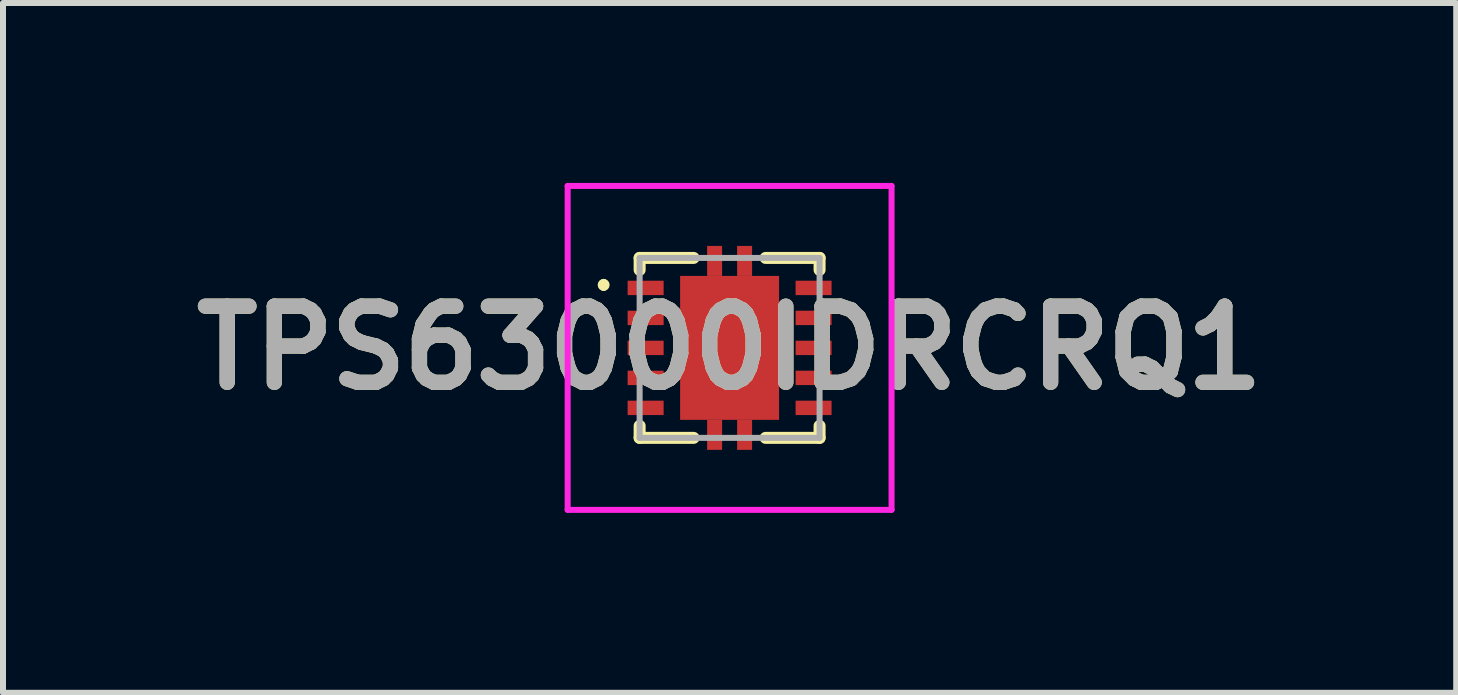
<source format=kicad_pcb>
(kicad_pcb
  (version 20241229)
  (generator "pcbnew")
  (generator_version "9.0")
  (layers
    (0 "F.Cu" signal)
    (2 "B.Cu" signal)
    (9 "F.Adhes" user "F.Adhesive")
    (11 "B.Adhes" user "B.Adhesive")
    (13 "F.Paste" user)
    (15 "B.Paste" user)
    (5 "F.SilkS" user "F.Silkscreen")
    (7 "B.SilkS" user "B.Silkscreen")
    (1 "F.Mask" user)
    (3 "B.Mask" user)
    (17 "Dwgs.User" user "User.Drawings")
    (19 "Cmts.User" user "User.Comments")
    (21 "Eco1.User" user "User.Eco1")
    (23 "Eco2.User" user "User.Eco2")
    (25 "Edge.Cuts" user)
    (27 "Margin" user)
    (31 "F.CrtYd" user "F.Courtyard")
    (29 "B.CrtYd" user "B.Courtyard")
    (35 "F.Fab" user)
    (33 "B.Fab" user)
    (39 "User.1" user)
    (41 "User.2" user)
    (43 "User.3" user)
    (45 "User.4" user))
  (footprint "TPS63000IDRCRQ1"
    (layer "F.Cu")
    (at 9.114 2.75)
    (property "Reference" "TPS63000IDRCRQ1" (at 0 0 0) (layer "F.SilkS") (effects (font (size 1.27 1.27) (thickness 0.254))))
    (attr smd)
    (fp_line (start -2.1 -1.1) (end -2.1 -1.1) (stroke (width 0.1) (type solid)) (layer "F.SilkS"))
    (fp_line (start -2.1 -1) (end -2.1 -1) (stroke (width 0.1) (type solid)) (layer "F.SilkS"))
    (fp_line (start -1.5 -1.5) (end -0.6 -1.5) (stroke (width 0.2) (type solid)) (layer "F.SilkS"))
    (fp_line (start -1.5 -1.3) (end -1.5 -1.5) (stroke (width 0.2) (type solid)) (layer "F.SilkS"))
    (fp_line (start -1.5 1.3) (end -1.5 1.5) (stroke (width 0.2) (type solid)) (layer "F.SilkS"))
    (fp_line (start -1.5 1.5) (end -0.6 1.5) (stroke (width 0.2) (type solid)) (layer "F.SilkS"))
    (fp_line (start 0.6 -1.5) (end 1.5 -1.5) (stroke (width 0.2) (type solid)) (layer "F.SilkS"))
    (fp_line (start 0.6 1.5) (end 1.5 1.5) (stroke (width 0.2) (type solid)) (layer "F.SilkS"))
    (fp_line (start 1.5 -1.5) (end 1.5 -1.3) (stroke (width 0.2) (type solid)) (layer "F.SilkS"))
    (fp_line (start 1.5 1.5) (end 1.5 1.3) (stroke (width 0.2) (type solid)) (layer "F.SilkS"))
    (fp_arc (start -2.1 -1.1) (mid -2.05 -1.05) (end -2.1 -1) (stroke (width 0.1) (type solid)) (layer "F.SilkS"))
    (fp_arc (start -2.1 -1) (mid -2.15 -1.05) (end -2.1 -1.1) (stroke (width 0.1) (type solid)) (layer "F.SilkS"))
    (fp_line (start -2.7 -2.7) (end 2.7 -2.7) (stroke (width 0.1) (type solid)) (layer "F.CrtYd"))
    (fp_line (start -2.7 2.7) (end -2.7 -2.7) (stroke (width 0.1) (type solid)) (layer "F.CrtYd"))
    (fp_line (start 2.7 -2.7) (end 2.7 2.7) (stroke (width 0.1) (type solid)) (layer "F.CrtYd"))
    (fp_line (start 2.7 2.7) (end -2.7 2.7) (stroke (width 0.1) (type solid)) (layer "F.CrtYd"))
    (fp_line (start -1.5 -1.5) (end 1.5 -1.5) (stroke (width 0.1) (type solid)) (layer "F.Fab"))
    (fp_line (start -1.5 1.5) (end -1.5 -1.5) (stroke (width 0.1) (type solid)) (layer "F.Fab"))
    (fp_line (start 1.5 -1.5) (end 1.5 1.5) (stroke (width 0.1) (type solid)) (layer "F.Fab"))
    (fp_line (start 1.5 1.5) (end -1.5 1.5) (stroke (width 0.1) (type solid)) (layer "F.Fab"))
    (fp_text user "${REFERENCE}" (at 0 0 0) (layer "F.Fab") (effects (font (size 1.27 1.27) (thickness 0.254))))
    (pad "1" smd rect (at -1.4 -1 90) (size 0.24 0.6) (layers "F.Cu" "F.Mask" "F.Paste"))
    (pad "2" smd rect (at -1.4 -0.5 90) (size 0.24 0.6) (layers "F.Cu" "F.Mask" "F.Paste"))
    (pad "3" smd rect (at -1.4 0 90) (size 0.24 0.6) (layers "F.Cu" "F.Mask" "F.Paste"))
    (pad "4" smd rect (at -1.4 0.5 90) (size 0.24 0.6) (layers "F.Cu" "F.Mask" "F.Paste"))
    (pad "5" smd rect (at -1.4 1 90) (size 0.24 0.6) (layers "F.Cu" "F.Mask" "F.Paste"))
    (pad "6" smd rect (at 1.4 1 90) (size 0.24 0.6) (layers "F.Cu" "F.Mask" "F.Paste"))
    (pad "7" smd rect (at 1.4 0.5 90) (size 0.24 0.6) (layers "F.Cu" "F.Mask" "F.Paste"))
    (pad "8" smd rect (at 1.4 0 90) (size 0.24 0.6) (layers "F.Cu" "F.Mask" "F.Paste"))
    (pad "9" smd rect (at 1.4 -0.5 90) (size 0.24 0.6) (layers "F.Cu" "F.Mask" "F.Paste"))
    (pad "10" smd rect (at 1.4 -1 90) (size 0.24 0.6) (layers "F.Cu" "F.Mask" "F.Paste"))
    (pad "11" smd rect (at 0 0) (size 1.65 2.4) (layers "F.Cu" "F.Mask" "F.Paste"))
    (pad "12" smd rect (at -0.25 1.45) (size 0.25 0.5) (layers "F.Cu" "F.Mask" "F.Paste"))
    (pad "13" smd rect (at 0.25 1.45) (size 0.25 0.5) (layers "F.Cu" "F.Mask" "F.Paste"))
    (pad "14" smd rect (at -0.25 -1.45) (size 0.25 0.5) (layers "F.Cu" "F.Mask" "F.Paste"))
    (pad "15" smd rect (at 0.25 -1.45) (size 0.25 0.5) (layers "F.Cu" "F.Mask" "F.Paste")))
  (gr_rect
    (start -3 -3)
    (end 21.228 8.5)
    (stroke (width 0.1) (type default))
    (fill no)
    (layer "Edge.Cuts")))
</source>
